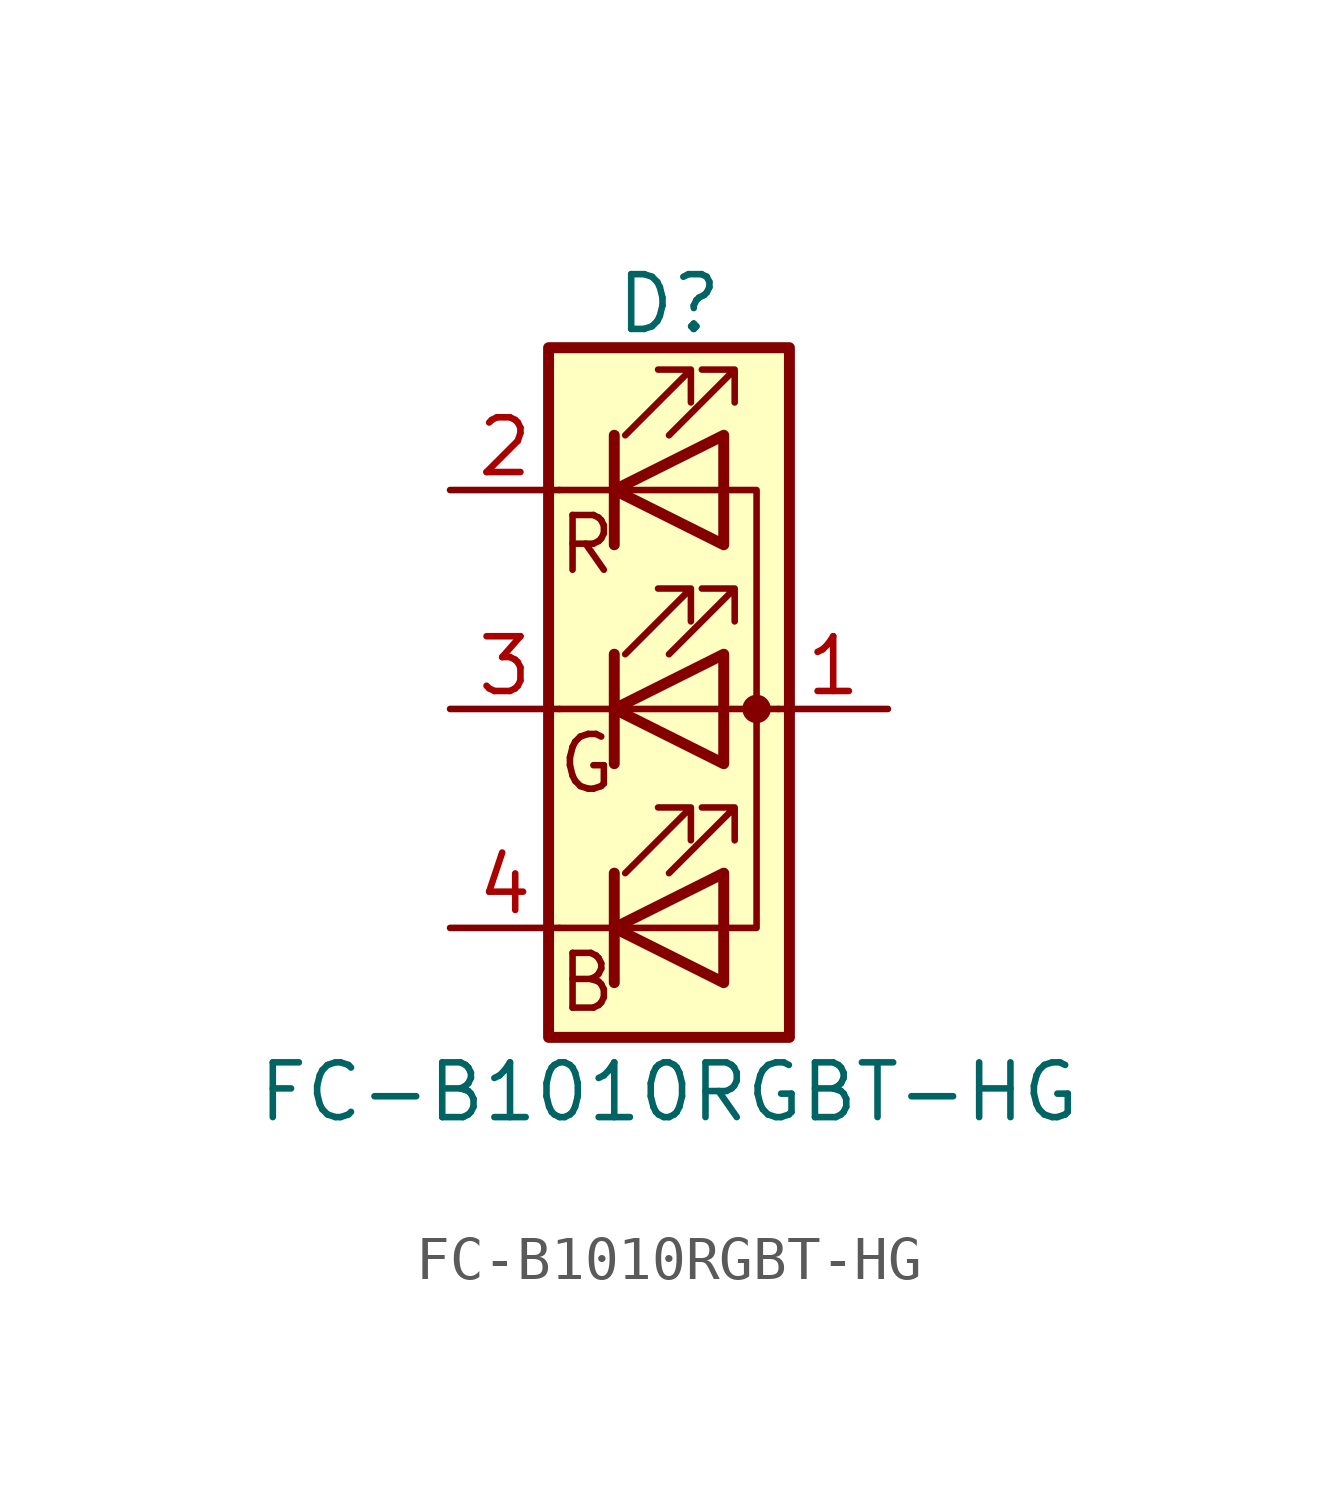
<source format=kicad_sym>
(kicad_symbol_lib
  (version 20241209)
  (generator "kicad_symbol_editor")
  (generator_version "9.0")
  (symbol "FC-B1010RGBT-HG"
    (pin_names
      (offset 0)
      (hide yes))
    (property "Reference" "D"
      (at 0 9.398 0)
      (effects (font (size 1.27 1.27))))
    (property "Value" "FC-B1010RGBT-HG"
      (at 0 -8.89 0)
      (effects (font (size 1.27 1.27))))
    (symbol "FC-B1010RGBT-HG_0_0"
      (text "R" (at -1.905 3.81 0) (effects (font (size 1.27 1.27))))
      (text "G" (at -1.905 -1.27 0) (effects (font (size 1.27 1.27))))
      (text "B" (at -1.905 -6.35 0) (effects (font (size 1.27 1.27)))))
    (symbol "FC-B1010RGBT-HG_0_1"
      (polyline (pts (xy -1.27 6.35) (xy -1.27 3.81)) (stroke (width 0.254) (type solid)) (fill (type none)))
      (polyline (pts (xy -1.27 6.35) (xy -1.27 3.81) (xy -1.27 3.81)) (stroke (width 0) (type solid)) (fill (type none)))
      (polyline (pts (xy -1.27 5.08) (xy -2.54 5.08)) (stroke (width 0) (type solid)) (fill (type none)))
      (polyline (pts (xy -1.27 5.08) (xy 1.27 5.08)) (stroke (width 0) (type solid)) (fill (type none)))
      (polyline (pts (xy -1.27 1.27) (xy -1.27 -1.27)) (stroke (width 0.254) (type solid)) (fill (type none)))
      (polyline (pts (xy -1.27 1.27) (xy -1.27 -1.27) (xy -1.27 -1.27)) (stroke (width 0) (type solid)) (fill (type none)))
      (polyline (pts (xy -1.27 0) (xy -2.54 0)) (stroke (width 0) (type solid)) (fill (type none)))
      (polyline (pts (xy -1.27 -3.81) (xy -1.27 -6.35)) (stroke (width 0.254) (type solid)) (fill (type none)))
      (polyline (pts (xy -1.27 -5.08) (xy -2.54 -5.08)) (stroke (width 0) (type solid)) (fill (type none)))
      (polyline (pts (xy -1.27 -5.08) (xy 1.27 -5.08)) (stroke (width 0) (type solid)) (fill (type none)))
      (polyline (pts (xy -1.016 6.35) (xy 0.508 7.874) (xy -0.254 7.874) (xy 0.508 7.874) (xy 0.508 7.112)) (stroke (width 0) (type solid)) (fill (type none)))
      (polyline (pts (xy -1.016 1.27) (xy 0.508 2.794) (xy -0.254 2.794) (xy 0.508 2.794) (xy 0.508 2.032)) (stroke (width 0) (type solid)) (fill (type none)))
      (polyline (pts (xy -1.016 -3.81) (xy 0.508 -2.286) (xy -0.254 -2.286) (xy 0.508 -2.286) (xy 0.508 -3.048)) (stroke (width 0) (type solid)) (fill (type none)))
      (polyline (pts (xy 0 6.35) (xy 1.524 7.874) (xy 0.762 7.874) (xy 1.524 7.874) (xy 1.524 7.112)) (stroke (width 0) (type solid)) (fill (type none)))
      (polyline (pts (xy 0 1.27) (xy 1.524 2.794) (xy 0.762 2.794) (xy 1.524 2.794) (xy 1.524 2.032)) (stroke (width 0) (type solid)) (fill (type none)))
      (polyline (pts (xy 0 -3.81) (xy 1.524 -2.286) (xy 0.762 -2.286) (xy 1.524 -2.286) (xy 1.524 -3.048)) (stroke (width 0) (type solid)) (fill (type none)))
      (polyline (pts (xy 1.27 6.35) (xy 1.27 3.81) (xy -1.27 5.08) (xy 1.27 6.35)) (stroke (width 0.254) (type solid)) (fill (type none)))
      (rectangle (start 1.27 6.35) (end 1.27 6.35) (stroke (width 0) (type solid)) (fill (type none)))
      (rectangle (start 1.27 3.81) (end 1.27 6.35) (stroke (width 0) (type solid)) (fill (type none)))
      (polyline (pts (xy 1.27 1.27) (xy 1.27 -1.27) (xy -1.27 0) (xy 1.27 1.27)) (stroke (width 0.254) (type solid)) (fill (type none)))
      (rectangle (start 1.27 1.27) (end 1.27 1.27) (stroke (width 0) (type solid)) (fill (type none)))
      (polyline (pts (xy 1.27 0) (xy -1.27 0)) (stroke (width 0) (type solid)) (fill (type none)))
      (polyline (pts (xy 1.27 0) (xy 2.54 0)) (stroke (width 0) (type solid)) (fill (type none)))
      (rectangle (start 1.27 -1.27) (end 1.27 1.27) (stroke (width 0) (type solid)) (fill (type none)))
      (polyline (pts (xy 1.27 -3.81) (xy 1.27 -6.35) (xy -1.27 -5.08) (xy 1.27 -3.81)) (stroke (width 0.254) (type solid)) (fill (type none)))
      (polyline (pts (xy 1.27 -5.08) (xy 2.032 -5.08) (xy 2.032 5.08) (xy 1.27 5.08)) (stroke (width 0) (type solid)) (fill (type none)))
      (circle (center 2.032 0) (radius 0.254) (stroke (width 0) (type solid)) (fill (type outline)))
      (rectangle (start 2.794 8.382) (end -2.794 -7.62) (stroke (width 0.254) (type solid)) (fill (type background))))
    (symbol "FC-B1010RGBT-HG_1_1"
      (pin passive line (at -5.08 5.08 0) (length 2.54) (name "RK" (effects (font (size 1.27 1.27)))) (number "2" (effects (font (size 1.27 1.27)))))
      (pin passive line (at -5.08 0 0) (length 2.54) (name "GK" (effects (font (size 1.27 1.27)))) (number "3" (effects (font (size 1.27 1.27)))))
      (pin passive line (at -5.08 -5.08 0) (length 2.54) (name "BK" (effects (font (size 1.27 1.27)))) (number "4" (effects (font (size 1.27 1.27)))))
      (pin passive line (at 5.08 0 180) (length 2.54) (name "A" (effects (font (size 1.27 1.27)))) (number "1" (effects (font (size 1.27 1.27))))))))
</source>
